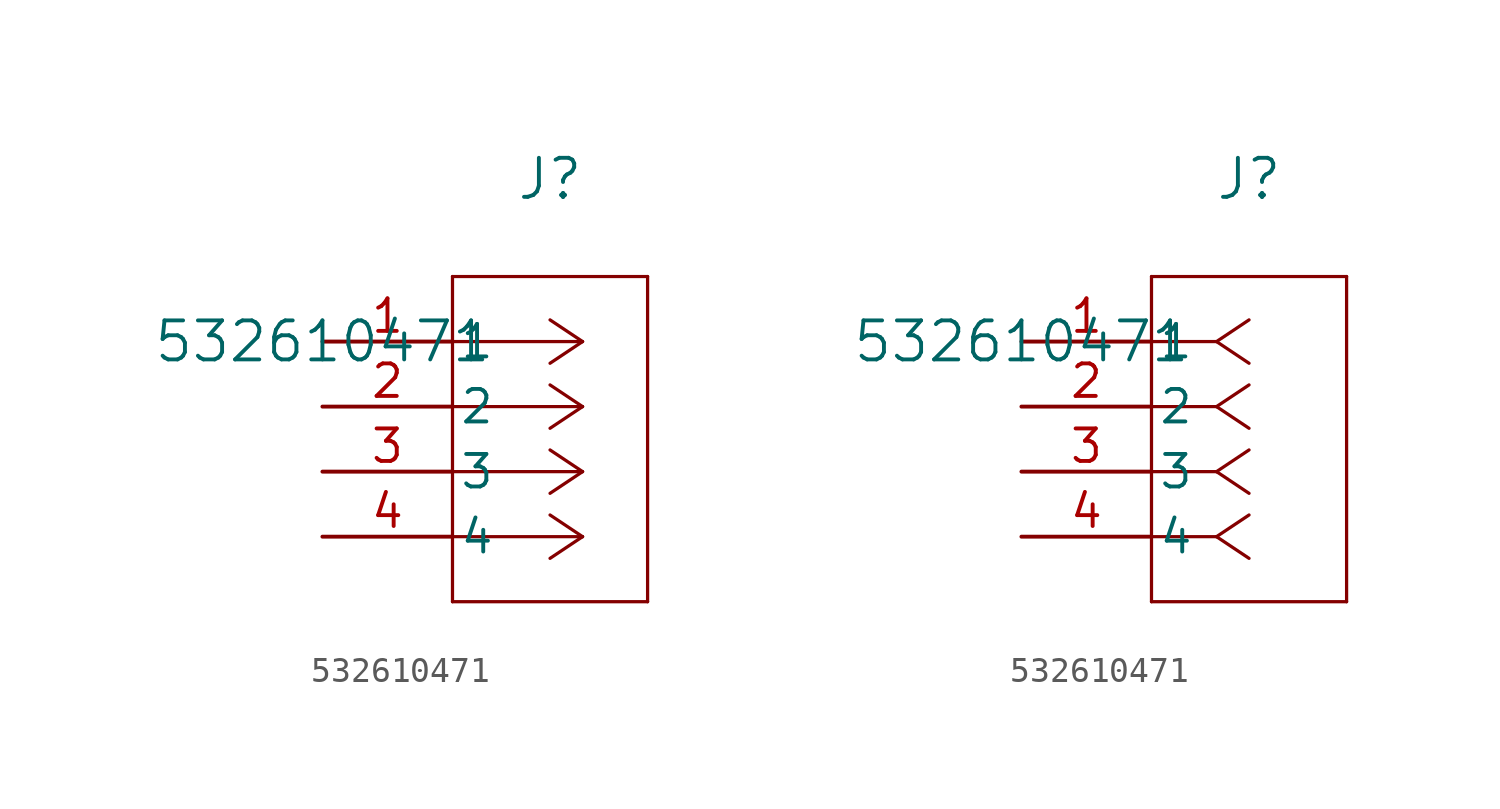
<source format=kicad_sym>
(kicad_symbol_lib
  (version 20211014)
  (generator kicad_symbol_editor)
  (symbol "532610471"
    (pin_names
      (offset 0.254))
    (property "Reference" "J"
      (at 8.89 6.35 0)
      (effects (font (size 1.524 1.524))))
    (property "Value" "532610471"
      (at 0 0 0)
      (effects (font (size 1.524 1.524))))
    (symbol "532610471_1_1"
      (polyline (pts (xy 10.16 0) (xy 5.08 0)) (stroke (width 0.127) (type default) (color 0 0 0 0)) (fill (type none)))
      (polyline (pts (xy 10.16 -2.54) (xy 5.08 -2.54)) (stroke (width 0.127) (type default) (color 0 0 0 0)) (fill (type none)))
      (polyline (pts (xy 10.16 -5.08) (xy 5.08 -5.08)) (stroke (width 0.127) (type default) (color 0 0 0 0)) (fill (type none)))
      (polyline (pts (xy 10.16 -7.62) (xy 5.08 -7.62)) (stroke (width 0.127) (type default) (color 0 0 0 0)) (fill (type none)))
      (polyline (pts (xy 10.16 0) (xy 8.89 0.847)) (stroke (width 0.127) (type default) (color 0 0 0 0)) (fill (type none)))
      (polyline (pts (xy 10.16 -2.54) (xy 8.89 -1.693)) (stroke (width 0.127) (type default) (color 0 0 0 0)) (fill (type none)))
      (polyline (pts (xy 10.16 -5.08) (xy 8.89 -4.233)) (stroke (width 0.127) (type default) (color 0 0 0 0)) (fill (type none)))
      (polyline (pts (xy 10.16 -7.62) (xy 8.89 -6.773)) (stroke (width 0.127) (type default) (color 0 0 0 0)) (fill (type none)))
      (polyline (pts (xy 10.16 0) (xy 8.89 -0.847)) (stroke (width 0.127) (type default) (color 0 0 0 0)) (fill (type none)))
      (polyline (pts (xy 10.16 -2.54) (xy 8.89 -3.387)) (stroke (width 0.127) (type default) (color 0 0 0 0)) (fill (type none)))
      (polyline (pts (xy 10.16 -5.08) (xy 8.89 -5.927)) (stroke (width 0.127) (type default) (color 0 0 0 0)) (fill (type none)))
      (polyline (pts (xy 10.16 -7.62) (xy 8.89 -8.467)) (stroke (width 0.127) (type default) (color 0 0 0 0)) (fill (type none)))
      (polyline (pts (xy 5.08 2.54) (xy 5.08 -10.16)) (stroke (width 0.127) (type default) (color 0 0 0 0)) (fill (type none)))
      (polyline (pts (xy 5.08 -10.16) (xy 12.7 -10.16)) (stroke (width 0.127) (type default) (color 0 0 0 0)) (fill (type none)))
      (polyline (pts (xy 12.7 -10.16) (xy 12.7 2.54)) (stroke (width 0.127) (type default) (color 0 0 0 0)) (fill (type none)))
      (polyline (pts (xy 12.7 2.54) (xy 5.08 2.54)) (stroke (width 0.127) (type default) (color 0 0 0 0)) (fill (type none)))
      (pin unspecified line (at 0 0 0) (length 5.08) (name "1" (effects (font (size 1.27 1.27)))) (number "1" (effects (font (size 1.27 1.27)))))
      (pin unspecified line (at 0 -2.54 0) (length 5.08) (name "2" (effects (font (size 1.27 1.27)))) (number "2" (effects (font (size 1.27 1.27)))))
      (pin unspecified line (at 0 -5.08 0) (length 5.08) (name "3" (effects (font (size 1.27 1.27)))) (number "3" (effects (font (size 1.27 1.27)))))
      (pin unspecified line (at 0 -7.62 0) (length 5.08) (name "4" (effects (font (size 1.27 1.27)))) (number "4" (effects (font (size 1.27 1.27))))))
    (symbol "532610471_1_2"
      (polyline (pts (xy 7.62 0) (xy 5.08 0)) (stroke (width 0.127) (type default) (color 0 0 0 0)) (fill (type none)))
      (polyline (pts (xy 7.62 -2.54) (xy 5.08 -2.54)) (stroke (width 0.127) (type default) (color 0 0 0 0)) (fill (type none)))
      (polyline (pts (xy 7.62 -5.08) (xy 5.08 -5.08)) (stroke (width 0.127) (type default) (color 0 0 0 0)) (fill (type none)))
      (polyline (pts (xy 7.62 -7.62) (xy 5.08 -7.62)) (stroke (width 0.127) (type default) (color 0 0 0 0)) (fill (type none)))
      (polyline (pts (xy 7.62 0) (xy 8.89 0.847)) (stroke (width 0.127) (type default) (color 0 0 0 0)) (fill (type none)))
      (polyline (pts (xy 7.62 -2.54) (xy 8.89 -1.693)) (stroke (width 0.127) (type default) (color 0 0 0 0)) (fill (type none)))
      (polyline (pts (xy 7.62 -5.08) (xy 8.89 -4.233)) (stroke (width 0.127) (type default) (color 0 0 0 0)) (fill (type none)))
      (polyline (pts (xy 7.62 -7.62) (xy 8.89 -6.773)) (stroke (width 0.127) (type default) (color 0 0 0 0)) (fill (type none)))
      (polyline (pts (xy 7.62 0) (xy 8.89 -0.847)) (stroke (width 0.127) (type default) (color 0 0 0 0)) (fill (type none)))
      (polyline (pts (xy 7.62 -2.54) (xy 8.89 -3.387)) (stroke (width 0.127) (type default) (color 0 0 0 0)) (fill (type none)))
      (polyline (pts (xy 7.62 -5.08) (xy 8.89 -5.927)) (stroke (width 0.127) (type default) (color 0 0 0 0)) (fill (type none)))
      (polyline (pts (xy 7.62 -7.62) (xy 8.89 -8.467)) (stroke (width 0.127) (type default) (color 0 0 0 0)) (fill (type none)))
      (polyline (pts (xy 5.08 2.54) (xy 5.08 -10.16)) (stroke (width 0.127) (type default) (color 0 0 0 0)) (fill (type none)))
      (polyline (pts (xy 5.08 -10.16) (xy 12.7 -10.16)) (stroke (width 0.127) (type default) (color 0 0 0 0)) (fill (type none)))
      (polyline (pts (xy 12.7 -10.16) (xy 12.7 2.54)) (stroke (width 0.127) (type default) (color 0 0 0 0)) (fill (type none)))
      (polyline (pts (xy 12.7 2.54) (xy 5.08 2.54)) (stroke (width 0.127) (type default) (color 0 0 0 0)) (fill (type none)))
      (pin unspecified line (at 0 0 0) (length 5.08) (name "1" (effects (font (size 1.27 1.27)))) (number "1" (effects (font (size 1.27 1.27)))))
      (pin unspecified line (at 0 -2.54 0) (length 5.08) (name "2" (effects (font (size 1.27 1.27)))) (number "2" (effects (font (size 1.27 1.27)))))
      (pin unspecified line (at 0 -5.08 0) (length 5.08) (name "3" (effects (font (size 1.27 1.27)))) (number "3" (effects (font (size 1.27 1.27)))))
      (pin unspecified line (at 0 -7.62 0) (length 5.08) (name "4" (effects (font (size 1.27 1.27)))) (number "4" (effects (font (size 1.27 1.27))))))))
</source>
